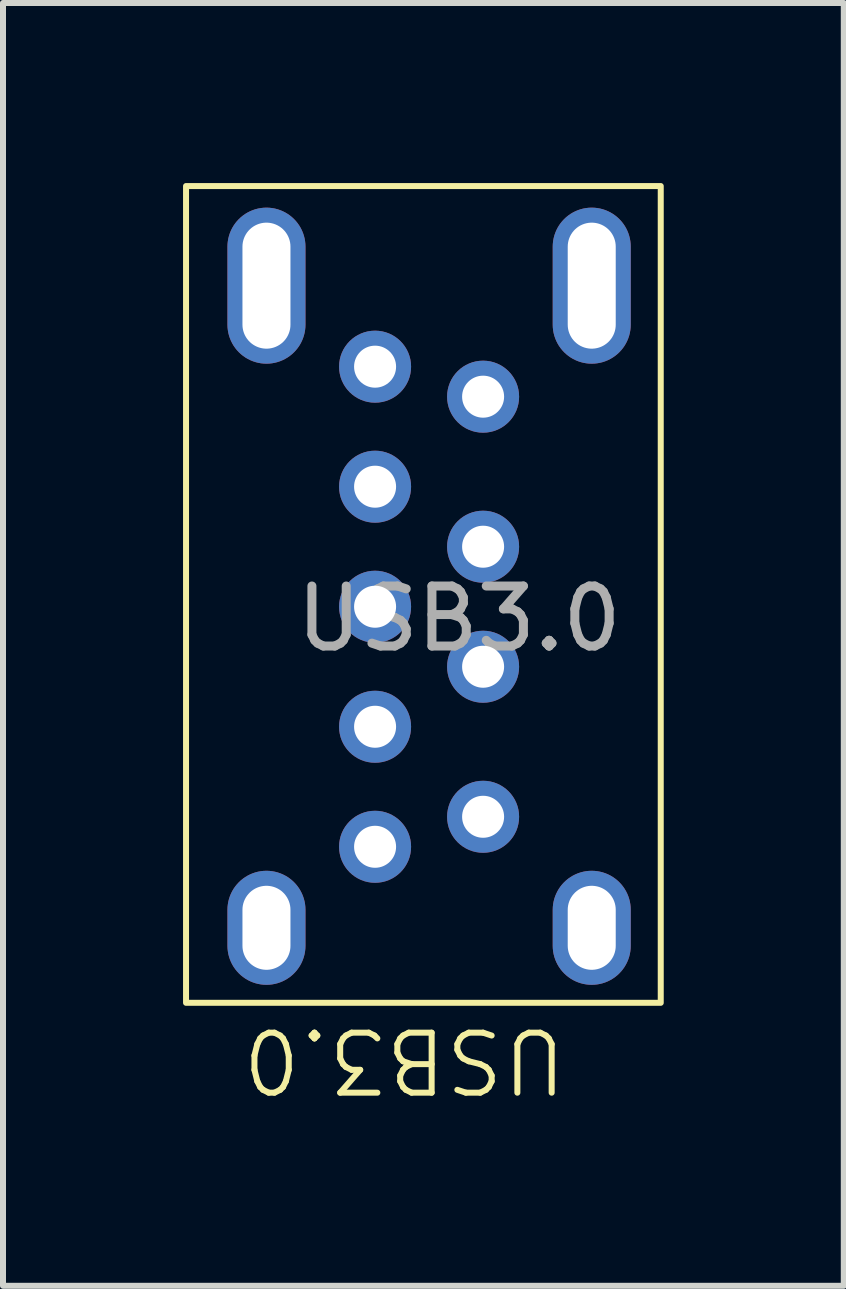
<source format=kicad_pcb>
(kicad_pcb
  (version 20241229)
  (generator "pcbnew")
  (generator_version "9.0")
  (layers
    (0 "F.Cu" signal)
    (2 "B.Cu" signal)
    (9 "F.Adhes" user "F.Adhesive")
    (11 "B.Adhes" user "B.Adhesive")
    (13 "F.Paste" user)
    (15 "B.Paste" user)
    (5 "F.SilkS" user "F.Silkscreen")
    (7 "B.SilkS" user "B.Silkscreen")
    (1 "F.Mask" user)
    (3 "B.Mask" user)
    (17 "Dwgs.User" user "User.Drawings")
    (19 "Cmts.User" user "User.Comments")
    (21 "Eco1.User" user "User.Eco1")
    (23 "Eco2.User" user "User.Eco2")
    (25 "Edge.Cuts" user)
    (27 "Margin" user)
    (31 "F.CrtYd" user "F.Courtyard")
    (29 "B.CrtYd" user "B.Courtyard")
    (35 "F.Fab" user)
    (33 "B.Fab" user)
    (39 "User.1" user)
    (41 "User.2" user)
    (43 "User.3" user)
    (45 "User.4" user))
  (footprint "USB3.0"
    (layer "F.Cu")
    (at 4.1 7.06)
    (property "Reference" "USB3.0" (at -0.41 7.555 180) (unlocked yes) (layer "F.SilkS") (effects (font (size 1 1) (thickness 0.1))))
    (attr through_hole)
    (fp_rect (start -4.05 -7.01) (end 3.86 6.6) (stroke (width 0.1) (type default)) (fill no) (layer "F.SilkS"))
    (fp_text user "${REFERENCE}" (at 0.5 0.2 0) (layer "F.Fab") (effects (font (size 1 1) (thickness 0.15))))
    (pad "1" thru_hole circle (at 0.9 3.5 90) (size 1.2 1.2) (drill 0.7) (layers "*.Cu" "*.Mask"))
    (pad "2" thru_hole circle (at 0.9 1 90) (size 1.2 1.2) (drill 0.7) (layers "*.Cu" "*.Mask"))
    (pad "3" thru_hole circle (at 0.9 -1 90) (size 1.2 1.2) (drill 0.7) (layers "*.Cu" "*.Mask"))
    (pad "4" thru_hole circle (at 0.9 -3.5 90) (size 1.2 1.2) (drill 0.7) (layers "*.Cu" "*.Mask"))
    (pad "5" thru_hole circle (at -0.9 -4 90) (size 1.2 1.2) (drill 0.7) (layers "*.Cu" "*.Mask"))
    (pad "6" thru_hole circle (at -0.9 -2 90) (size 1.2 1.2) (drill 0.7) (layers "*.Cu" "*.Mask"))
    (pad "7" thru_hole circle (at -0.9 0 90) (size 1.2 1.2) (drill 0.7) (layers "*.Cu" "*.Mask"))
    (pad "8" thru_hole circle (at -0.9 2 90) (size 1.2 1.2) (drill 0.7) (layers "*.Cu" "*.Mask"))
    (pad "9" thru_hole circle (at -0.9 4 90) (size 1.2 1.2) (drill 0.7) (layers "*.Cu" "*.Mask"))
    (pad "10" thru_hole oval (at -2.71 -5.35) (size 1.3 2.6) (drill oval 0.8 2.1) (layers "*.Cu" "*.Mask"))
    (pad "10" thru_hole oval (at -2.71 5.35) (size 1.3 1.9) (drill oval 0.8 1.4) (layers "*.Cu" "*.Mask"))
    (pad "10" thru_hole oval (at 2.71 -5.35) (size 1.3 2.6) (drill oval 0.8 2.1) (layers "*.Cu" "*.Mask"))
    (pad "10" thru_hole oval (at 2.71 5.35) (size 1.3 1.9) (drill oval 0.8 1.4) (layers "*.Cu" "*.Mask")))
  (gr_rect
    (start -3 -3)
    (end 11.01 18.375)
    (stroke (width 0.1) (type default))
    (fill no)
    (layer "Edge.Cuts")))
</source>
